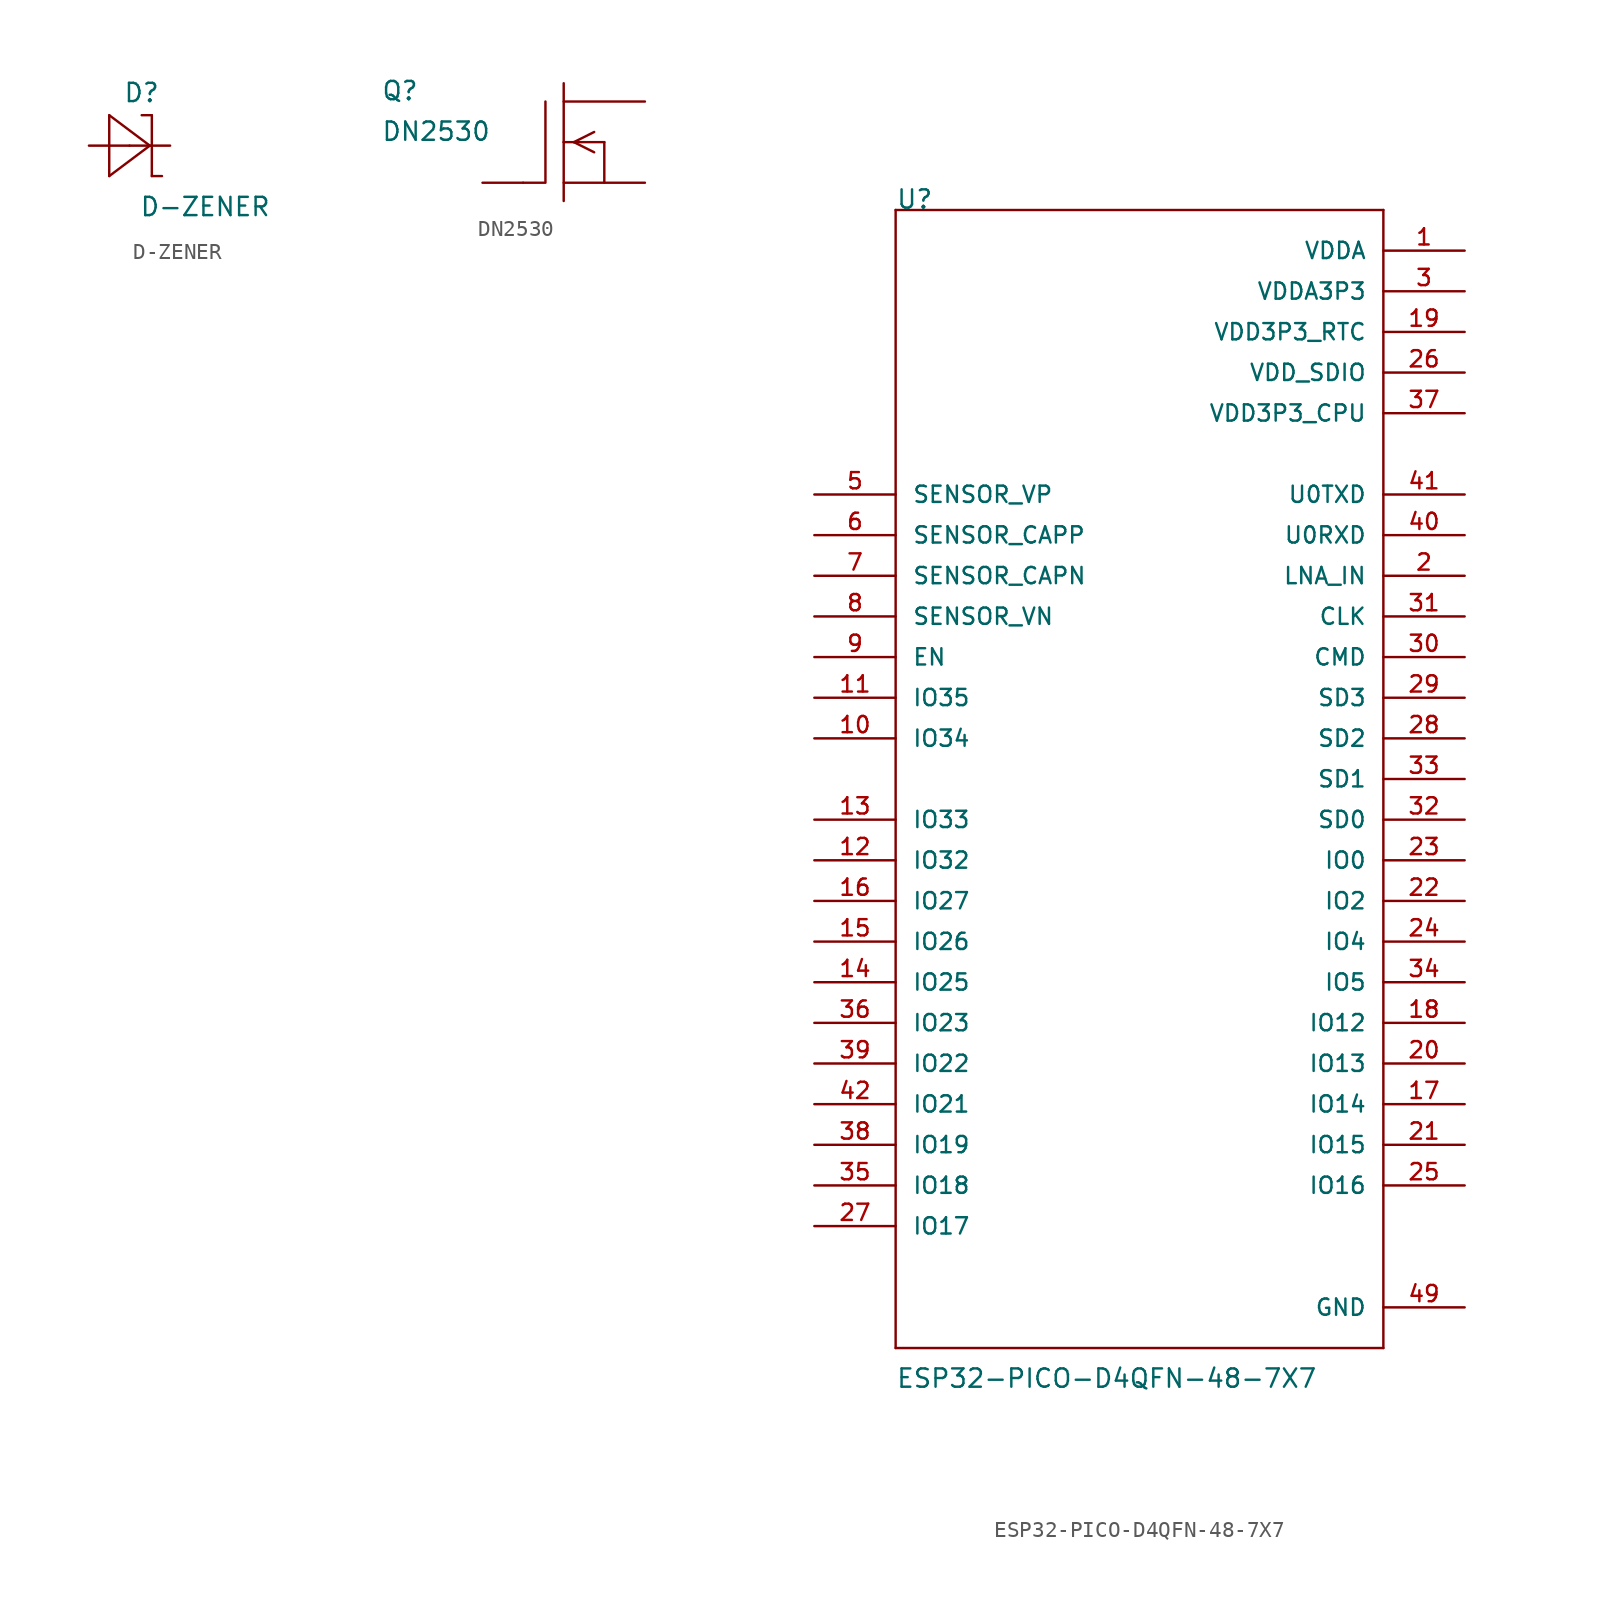
<source format=kicad_sym>
(kicad_symbol_lib
  (version 20220914)
  (generator kicad_symbol_editor)
  (symbol "D-ZENER"
    (pin_numbers hide)
    (pin_names
      (offset 1.016) hide)
    (property "Reference" "D"
      (at -0.406 2.642 0)
      (effects (font (size 1.143 1.143)) (justify left bottom)))
    (property "Value" "D-ZENER"
      (at 0.61 -4.496 0)
      (effects (font (size 1.143 1.143)) (justify left bottom)))
    (property "ki_locked" ""
      (at 0 0 0)
      (effects (font (size 1.27 1.27))))
    (symbol "D-ZENER_1_0"
      (polyline (pts (xy -1.27 -1.905) (xy 1.27 0)) (stroke (width 0) (type solid)) (fill (type none)))
      (polyline (pts (xy -1.27 1.905) (xy -1.27 -1.905)) (stroke (width 0) (type solid)) (fill (type none)))
      (polyline (pts (xy 1.27 0) (xy -1.27 1.905)) (stroke (width 0) (type solid)) (fill (type none)))
      (polyline (pts (xy 1.397 -1.905) (xy 2.032 -1.905)) (stroke (width 0) (type solid)) (fill (type none)))
      (polyline (pts (xy 1.397 1.905) (xy 0.762 1.905)) (stroke (width 0) (type solid)) (fill (type none)))
      (polyline (pts (xy 1.397 1.905) (xy 1.397 -1.905)) (stroke (width 0) (type solid)) (fill (type none))))
    (symbol "D-ZENER_1_1"
      (pin passive line (at -2.54 0 0) (length 2.54) (name "A" (effects (font (size 1.016 1.016)))) (number "A" (effects (font (size 1.016 1.016)))))
      (pin passive line (at 2.54 0 180) (length 2.54) (name "C" (effects (font (size 1.016 1.016)))) (number "C" (effects (font (size 1.016 1.016)))))))
  (symbol "DN2530"
    (pin_numbers hide)
    (pin_names
      (offset 1.016) hide)
    (property "Reference" "Q"
      (at -11.43 2.54 0)
      (effects (font (size 1.143 1.143)) (justify left bottom)))
    (property "Value" "DN2530"
      (at -11.43 0 0)
      (effects (font (size 1.143 1.143)) (justify left bottom)))
    (property "ki_locked" ""
      (at 0 0 0)
      (effects (font (size 1.27 1.27))))
    (symbol "DN2530_1_0"
      (polyline (pts (xy -2.54 -2.54) (xy -1.219 -2.54)) (stroke (width 0) (type solid)) (fill (type none)))
      (polyline (pts (xy -1.143 2.54) (xy -1.143 -2.54)) (stroke (width 0) (type solid)) (fill (type none)))
      (polyline (pts (xy 0 0) (xy 0 -3.683)) (stroke (width 0) (type solid)) (fill (type none)))
      (polyline (pts (xy 0 0) (xy 2.54 0)) (stroke (width 0) (type solid)) (fill (type none)))
      (polyline (pts (xy 0 3.683) (xy 0 0)) (stroke (width 0) (type solid)) (fill (type none)))
      (polyline (pts (xy 1.905 -0.635) (xy 0.635 0)) (stroke (width 0) (type solid)) (fill (type none)))
      (polyline (pts (xy 1.905 0.635) (xy 0.635 0)) (stroke (width 0) (type solid)) (fill (type none)))
      (polyline (pts (xy 2.54 0) (xy 2.54 -2.54)) (stroke (width 0) (type solid)) (fill (type none))))
    (symbol "DN2530_1_1"
      (pin passive line (at 5.08 2.54 180) (length 5.08) (name "D" (effects (font (size 1.016 1.016)))) (number "1" (effects (font (size 1.016 1.016)))))
      (pin passive line (at -5.08 -2.54 0) (length 2.54) (name "G" (effects (font (size 1.016 1.016)))) (number "2" (effects (font (size 1.016 1.016)))))
      (pin passive line (at 5.08 -2.54 180) (length 5.08) (name "S" (effects (font (size 1.016 1.016)))) (number "3" (effects (font (size 1.016 1.016)))))))
  (symbol "ESP32-PICO-D4QFN-48-7X7"
    (pin_names
      (offset 1.016))
    (property "Reference" "U"
      (at -15.24 35.56 0)
      (effects (font (size 1.143 1.143)) (justify left bottom)))
    (property "Value" "ESP32-PICO-D4QFN-48-7X7"
      (at -15.24 -38.125 0)
      (effects (font (size 1.143 1.143)) (justify left bottom)))
    (property "ki_locked" ""
      (at 0 0 0)
      (effects (font (size 1.27 1.27))))
    (symbol "ESP32-PICO-D4QFN-48-7X7_1_0"
      (polyline (pts (xy -15.24 -35.56) (xy -15.24 35.56)) (stroke (width 0) (type solid)) (fill (type none)))
      (polyline (pts (xy -15.24 35.56) (xy 15.24 35.56)) (stroke (width 0) (type solid)) (fill (type none)))
      (polyline (pts (xy 15.24 -35.56) (xy -15.24 -35.56)) (stroke (width 0) (type solid)) (fill (type none)))
      (polyline (pts (xy 15.24 35.56) (xy 15.24 -35.56)) (stroke (width 0) (type solid)) (fill (type none))))
    (symbol "ESP32-PICO-D4QFN-48-7X7_1_1"
      (pin power_in line (at 20.32 33.02 180) (length 5.08) (name "VDDA" (effects (font (size 1.016 1.016)))) (number "1" (effects (font (size 1.016 1.016)))))
      (pin input line (at -20.32 2.54 0) (length 5.08) (name "IO34" (effects (font (size 1.016 1.016)))) (number "10" (effects (font (size 1.016 1.016)))))
      (pin input line (at -20.32 5.08 0) (length 5.08) (name "IO35" (effects (font (size 1.016 1.016)))) (number "11" (effects (font (size 1.016 1.016)))))
      (pin bidirectional line (at -20.32 -5.08 0) (length 5.08) (name "IO32" (effects (font (size 1.016 1.016)))) (number "12" (effects (font (size 1.016 1.016)))))
      (pin bidirectional line (at -20.32 -2.54 0) (length 5.08) (name "IO33" (effects (font (size 1.016 1.016)))) (number "13" (effects (font (size 1.016 1.016)))))
      (pin bidirectional line (at -20.32 -12.7 0) (length 5.08) (name "IO25" (effects (font (size 1.016 1.016)))) (number "14" (effects (font (size 1.016 1.016)))))
      (pin bidirectional line (at -20.32 -10.16 0) (length 5.08) (name "IO26" (effects (font (size 1.016 1.016)))) (number "15" (effects (font (size 1.016 1.016)))))
      (pin bidirectional line (at -20.32 -7.62 0) (length 5.08) (name "IO27" (effects (font (size 1.016 1.016)))) (number "16" (effects (font (size 1.016 1.016)))))
      (pin bidirectional line (at 20.32 -20.32 180) (length 5.08) (name "IO14" (effects (font (size 1.016 1.016)))) (number "17" (effects (font (size 1.016 1.016)))))
      (pin bidirectional line (at 20.32 -15.24 180) (length 5.08) (name "IO12" (effects (font (size 1.016 1.016)))) (number "18" (effects (font (size 1.016 1.016)))))
      (pin power_in line (at 20.32 27.94 180) (length 5.08) (name "VDD3P3_RTC" (effects (font (size 1.016 1.016)))) (number "19" (effects (font (size 1.016 1.016)))))
      (pin bidirectional line (at 20.32 12.7 180) (length 5.08) (name "LNA_IN" (effects (font (size 1.016 1.016)))) (number "2" (effects (font (size 1.016 1.016)))))
      (pin bidirectional line (at 20.32 -17.78 180) (length 5.08) (name "IO13" (effects (font (size 1.016 1.016)))) (number "20" (effects (font (size 1.016 1.016)))))
      (pin bidirectional line (at 20.32 -22.86 180) (length 5.08) (name "IO15" (effects (font (size 1.016 1.016)))) (number "21" (effects (font (size 1.016 1.016)))))
      (pin bidirectional line (at 20.32 -7.62 180) (length 5.08) (name "IO2" (effects (font (size 1.016 1.016)))) (number "22" (effects (font (size 1.016 1.016)))))
      (pin bidirectional line (at 20.32 -5.08 180) (length 5.08) (name "IO0" (effects (font (size 1.016 1.016)))) (number "23" (effects (font (size 1.016 1.016)))))
      (pin bidirectional line (at 20.32 -10.16 180) (length 5.08) (name "IO4" (effects (font (size 1.016 1.016)))) (number "24" (effects (font (size 1.016 1.016)))))
      (pin bidirectional line (at 20.32 -25.4 180) (length 5.08) (name "IO16" (effects (font (size 1.016 1.016)))) (number "25" (effects (font (size 1.016 1.016)))))
      (pin power_in line (at 20.32 25.4 180) (length 5.08) (name "VDD_SDIO" (effects (font (size 1.016 1.016)))) (number "26" (effects (font (size 1.016 1.016)))))
      (pin bidirectional line (at -20.32 -27.94 0) (length 5.08) (name "IO17" (effects (font (size 1.016 1.016)))) (number "27" (effects (font (size 1.016 1.016)))))
      (pin bidirectional line (at 20.32 2.54 180) (length 5.08) (name "SD2" (effects (font (size 1.016 1.016)))) (number "28" (effects (font (size 1.016 1.016)))))
      (pin bidirectional line (at 20.32 5.08 180) (length 5.08) (name "SD3" (effects (font (size 1.016 1.016)))) (number "29" (effects (font (size 1.016 1.016)))))
      (pin power_in line (at 20.32 30.48 180) (length 5.08) (name "VDDA3P3" (effects (font (size 1.016 1.016)))) (number "3" (effects (font (size 1.016 1.016)))))
      (pin bidirectional line (at 20.32 7.62 180) (length 5.08) (name "CMD" (effects (font (size 1.016 1.016)))) (number "30" (effects (font (size 1.016 1.016)))))
      (pin bidirectional line (at 20.32 10.16 180) (length 5.08) (name "CLK" (effects (font (size 1.016 1.016)))) (number "31" (effects (font (size 1.016 1.016)))))
      (pin bidirectional line (at 20.32 -2.54 180) (length 5.08) (name "SD0" (effects (font (size 1.016 1.016)))) (number "32" (effects (font (size 1.016 1.016)))))
      (pin bidirectional line (at 20.32 0 180) (length 5.08) (name "SD1" (effects (font (size 1.016 1.016)))) (number "33" (effects (font (size 1.016 1.016)))))
      (pin bidirectional line (at 20.32 -12.7 180) (length 5.08) (name "IO5" (effects (font (size 1.016 1.016)))) (number "34" (effects (font (size 1.016 1.016)))))
      (pin bidirectional line (at -20.32 -25.4 0) (length 5.08) (name "IO18" (effects (font (size 1.016 1.016)))) (number "35" (effects (font (size 1.016 1.016)))))
      (pin bidirectional line (at -20.32 -15.24 0) (length 5.08) (name "IO23" (effects (font (size 1.016 1.016)))) (number "36" (effects (font (size 1.016 1.016)))))
      (pin power_in line (at 20.32 22.86 180) (length 5.08) (name "VDD3P3_CPU" (effects (font (size 1.016 1.016)))) (number "37" (effects (font (size 1.016 1.016)))))
      (pin bidirectional line (at -20.32 -22.86 0) (length 5.08) (name "IO19" (effects (font (size 1.016 1.016)))) (number "38" (effects (font (size 1.016 1.016)))))
      (pin bidirectional line (at -20.32 -17.78 0) (length 5.08) (name "IO22" (effects (font (size 1.016 1.016)))) (number "39" (effects (font (size 1.016 1.016)))))
      (pin power_in line (at 20.32 30.48 180) (length 5.08) hide (name "VDDA3P3" (effects (font (size 1.016 1.016)))) (number "4" (effects (font (size 1.016 1.016)))))
      (pin bidirectional line (at 20.32 15.24 180) (length 5.08) (name "U0RXD" (effects (font (size 1.016 1.016)))) (number "40" (effects (font (size 1.016 1.016)))))
      (pin bidirectional line (at 20.32 17.78 180) (length 5.08) (name "U0TXD" (effects (font (size 1.016 1.016)))) (number "41" (effects (font (size 1.016 1.016)))))
      (pin bidirectional line (at -20.32 -20.32 0) (length 5.08) (name "IO21" (effects (font (size 1.016 1.016)))) (number "42" (effects (font (size 1.016 1.016)))))
      (pin power_in line (at 20.32 33.02 180) (length 5.08) hide (name "VDDA" (effects (font (size 1.016 1.016)))) (number "43" (effects (font (size 1.016 1.016)))))
      (pin power_in line (at 20.32 33.02 180) (length 5.08) hide (name "VDDA" (effects (font (size 1.016 1.016)))) (number "46" (effects (font (size 1.016 1.016)))))
      (pin power_in line (at 20.32 -33.02 180) (length 5.08) (name "GND" (effects (font (size 1.016 1.016)))) (number "49" (effects (font (size 1.016 1.016)))))
      (pin input line (at -20.32 17.78 0) (length 5.08) (name "SENSOR_VP" (effects (font (size 1.016 1.016)))) (number "5" (effects (font (size 1.016 1.016)))))
      (pin input line (at -20.32 15.24 0) (length 5.08) (name "SENSOR_CAPP" (effects (font (size 1.016 1.016)))) (number "6" (effects (font (size 1.016 1.016)))))
      (pin input line (at -20.32 12.7 0) (length 5.08) (name "SENSOR_CAPN" (effects (font (size 1.016 1.016)))) (number "7" (effects (font (size 1.016 1.016)))))
      (pin input line (at -20.32 10.16 0) (length 5.08) (name "SENSOR_VN" (effects (font (size 1.016 1.016)))) (number "8" (effects (font (size 1.016 1.016)))))
      (pin input line (at -20.32 7.62 0) (length 5.08) (name "EN" (effects (font (size 1.016 1.016)))) (number "9" (effects (font (size 1.016 1.016))))))))
</source>
